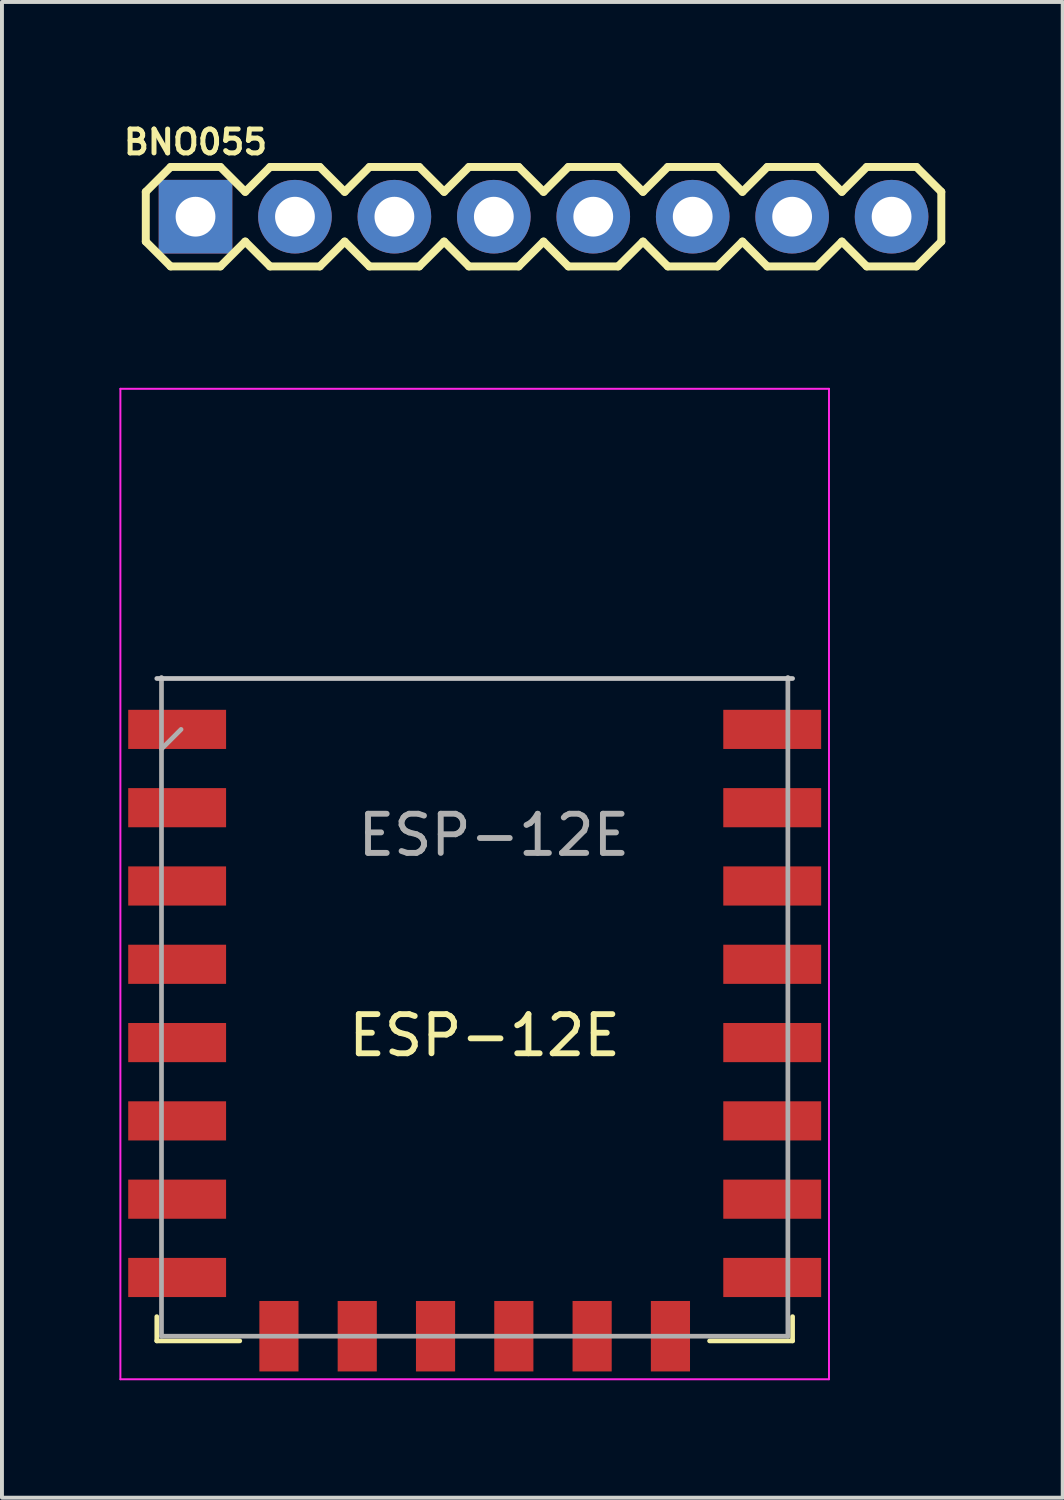
<source format=kicad_pcb>
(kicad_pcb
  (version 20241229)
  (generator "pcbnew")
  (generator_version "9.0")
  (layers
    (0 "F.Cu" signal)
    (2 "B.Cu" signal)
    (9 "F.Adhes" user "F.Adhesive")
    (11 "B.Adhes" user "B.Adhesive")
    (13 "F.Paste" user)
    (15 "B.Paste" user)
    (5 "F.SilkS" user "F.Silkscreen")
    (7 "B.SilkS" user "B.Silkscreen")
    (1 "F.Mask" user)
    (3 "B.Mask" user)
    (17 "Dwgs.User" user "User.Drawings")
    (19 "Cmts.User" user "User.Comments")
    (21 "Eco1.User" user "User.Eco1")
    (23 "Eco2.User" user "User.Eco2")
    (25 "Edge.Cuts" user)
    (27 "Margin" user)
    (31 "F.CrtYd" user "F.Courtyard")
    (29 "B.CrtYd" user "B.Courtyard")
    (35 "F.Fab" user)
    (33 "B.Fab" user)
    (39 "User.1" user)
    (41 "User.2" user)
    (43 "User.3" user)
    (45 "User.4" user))
  (footprint "BNO055"
    (layer "F.Cu")
    (at 1.944 2.485)
    (property "Reference" "BNO055" (at 0 -1.905 0) (layer "F.SilkS") (effects (font (size 0.61 0.61) (thickness 0.127))))
    (attr exclude_from_pos_files exclude_from_bom)
    (fp_line (start -1.27 -0.635) (end -1.27 0.635) (stroke (width 0.203) (type solid)) (layer "F.SilkS"))
    (fp_line (start -1.27 0.635) (end -0.635 1.27) (stroke (width 0.203) (type solid)) (layer "F.SilkS"))
    (fp_line (start -0.635 -1.27) (end -1.27 -0.635) (stroke (width 0.203) (type solid)) (layer "F.SilkS"))
    (fp_line (start -0.635 -1.27) (end 0.635 -1.27) (stroke (width 0.203) (type solid)) (layer "F.SilkS"))
    (fp_line (start 0.635 -1.27) (end 1.27 -0.635) (stroke (width 0.203) (type solid)) (layer "F.SilkS"))
    (fp_line (start 0.635 1.27) (end -0.635 1.27) (stroke (width 0.203) (type solid)) (layer "F.SilkS"))
    (fp_line (start 1.27 -0.635) (end 1.905 -1.27) (stroke (width 0.203) (type solid)) (layer "F.SilkS"))
    (fp_line (start 1.27 0.635) (end 0.635 1.27) (stroke (width 0.203) (type solid)) (layer "F.SilkS"))
    (fp_line (start 1.905 -1.27) (end 3.175 -1.27) (stroke (width 0.203) (type solid)) (layer "F.SilkS"))
    (fp_line (start 1.905 1.27) (end 1.27 0.635) (stroke (width 0.203) (type solid)) (layer "F.SilkS"))
    (fp_line (start 3.175 -1.27) (end 3.81 -0.635) (stroke (width 0.203) (type solid)) (layer "F.SilkS"))
    (fp_line (start 3.175 1.27) (end 1.905 1.27) (stroke (width 0.203) (type solid)) (layer "F.SilkS"))
    (fp_line (start 3.81 -0.635) (end 4.445 -1.27) (stroke (width 0.203) (type solid)) (layer "F.SilkS"))
    (fp_line (start 3.81 0.635) (end 3.175 1.27) (stroke (width 0.203) (type solid)) (layer "F.SilkS"))
    (fp_line (start 4.445 -1.27) (end 5.715 -1.27) (stroke (width 0.203) (type solid)) (layer "F.SilkS"))
    (fp_line (start 4.445 1.27) (end 3.81 0.635) (stroke (width 0.203) (type solid)) (layer "F.SilkS"))
    (fp_line (start 5.715 -1.27) (end 6.35 -0.635) (stroke (width 0.203) (type solid)) (layer "F.SilkS"))
    (fp_line (start 5.715 1.27) (end 4.445 1.27) (stroke (width 0.203) (type solid)) (layer "F.SilkS"))
    (fp_line (start 6.35 0.635) (end 5.715 1.27) (stroke (width 0.203) (type solid)) (layer "F.SilkS"))
    (fp_line (start 6.35 0.635) (end 6.985 1.27) (stroke (width 0.203) (type solid)) (layer "F.SilkS"))
    (fp_line (start 6.985 -1.27) (end 6.35 -0.635) (stroke (width 0.203) (type solid)) (layer "F.SilkS"))
    (fp_line (start 6.985 -1.27) (end 8.255 -1.27) (stroke (width 0.203) (type solid)) (layer "F.SilkS"))
    (fp_line (start 8.255 -1.27) (end 8.89 -0.635) (stroke (width 0.203) (type solid)) (layer "F.SilkS"))
    (fp_line (start 8.255 1.27) (end 6.985 1.27) (stroke (width 0.203) (type solid)) (layer "F.SilkS"))
    (fp_line (start 8.89 -0.635) (end 9.525 -1.27) (stroke (width 0.203) (type solid)) (layer "F.SilkS"))
    (fp_line (start 8.89 0.635) (end 8.255 1.27) (stroke (width 0.203) (type solid)) (layer "F.SilkS"))
    (fp_line (start 9.525 -1.27) (end 10.795 -1.27) (stroke (width 0.203) (type solid)) (layer "F.SilkS"))
    (fp_line (start 9.525 1.27) (end 8.89 0.635) (stroke (width 0.203) (type solid)) (layer "F.SilkS"))
    (fp_line (start 10.795 -1.27) (end 11.43 -0.635) (stroke (width 0.203) (type solid)) (layer "F.SilkS"))
    (fp_line (start 10.795 1.27) (end 9.525 1.27) (stroke (width 0.203) (type solid)) (layer "F.SilkS"))
    (fp_line (start 11.43 -0.635) (end 12.065 -1.27) (stroke (width 0.203) (type solid)) (layer "F.SilkS"))
    (fp_line (start 11.43 0.635) (end 10.795 1.27) (stroke (width 0.203) (type solid)) (layer "F.SilkS"))
    (fp_line (start 12.065 -1.27) (end 13.335 -1.27) (stroke (width 0.203) (type solid)) (layer "F.SilkS"))
    (fp_line (start 12.065 1.27) (end 11.43 0.635) (stroke (width 0.203) (type solid)) (layer "F.SilkS"))
    (fp_line (start 13.335 -1.27) (end 13.97 -0.635) (stroke (width 0.203) (type solid)) (layer "F.SilkS"))
    (fp_line (start 13.335 1.27) (end 12.065 1.27) (stroke (width 0.203) (type solid)) (layer "F.SilkS"))
    (fp_line (start 13.97 0.635) (end 13.335 1.27) (stroke (width 0.203) (type solid)) (layer "F.SilkS"))
    (fp_line (start 13.97 0.635) (end 14.605 1.27) (stroke (width 0.203) (type solid)) (layer "F.SilkS"))
    (fp_line (start 14.605 -1.27) (end 13.97 -0.635) (stroke (width 0.203) (type solid)) (layer "F.SilkS"))
    (fp_line (start 14.605 -1.27) (end 15.875 -1.27) (stroke (width 0.203) (type solid)) (layer "F.SilkS"))
    (fp_line (start 15.875 -1.27) (end 16.51 -0.635) (stroke (width 0.203) (type solid)) (layer "F.SilkS"))
    (fp_line (start 15.875 1.27) (end 14.605 1.27) (stroke (width 0.203) (type solid)) (layer "F.SilkS"))
    (fp_line (start 16.51 0.635) (end 15.875 1.27) (stroke (width 0.203) (type solid)) (layer "F.SilkS"))
    (fp_line (start 16.51 0.635) (end 17.145 1.27) (stroke (width 0.203) (type solid)) (layer "F.SilkS"))
    (fp_line (start 17.145 -1.27) (end 16.51 -0.635) (stroke (width 0.203) (type solid)) (layer "F.SilkS"))
    (fp_line (start 17.145 -1.27) (end 18.415 -1.27) (stroke (width 0.203) (type solid)) (layer "F.SilkS"))
    (fp_line (start 18.415 -1.27) (end 19.05 -0.635) (stroke (width 0.203) (type solid)) (layer "F.SilkS"))
    (fp_line (start 18.415 1.27) (end 17.145 1.27) (stroke (width 0.203) (type solid)) (layer "F.SilkS"))
    (fp_line (start 19.05 -0.635) (end 19.05 0.635) (stroke (width 0.203) (type solid)) (layer "F.SilkS"))
    (fp_line (start 19.05 0.635) (end 18.415 1.27) (stroke (width 0.203) (type solid)) (layer "F.SilkS"))
    (pad "1" thru_hole rect (at 0 0) (size 1.88 1.88) (drill 1.016) (layers "*.Cu" "*.Mask"))
    (pad "2" thru_hole circle (at 2.54 0) (size 1.88 1.88) (drill 1.016) (layers "*.Cu" "*.Mask"))
    (pad "3" thru_hole circle (at 5.08 0) (size 1.88 1.88) (drill 1.016) (layers "*.Cu" "*.Mask"))
    (pad "4" thru_hole circle (at 7.62 0) (size 1.88 1.88) (drill 1.016) (layers "*.Cu" "*.Mask"))
    (pad "5" thru_hole circle (at 10.16 0) (size 1.88 1.88) (drill 1.016) (layers "*.Cu" "*.Mask"))
    (pad "6" thru_hole circle (at 12.7 0) (size 1.88 1.88) (drill 1.016) (layers "*.Cu" "*.Mask"))
    (pad "7" thru_hole circle (at 15.24 0) (size 1.88 1.88) (drill 1.016) (layers "*.Cu" "*.Mask"))
    (pad "8" thru_hole circle (at 17.78 0) (size 1.88 1.88) (drill 1.016) (layers "*.Cu" "*.Mask")))
  (footprint "ESP-12E"
    (layer "F.Cu")
    (at 9.075 19.081)
    (property "Reference" "ESP-12E" (at 0.254 4.318 0) (layer "F.SilkS") (effects (font (size 1 1) (thickness 0.15))))
    (attr smd)
    (fp_line (start -8.12 12.12) (end -8.12 11.5) (stroke (width 0.12) (type solid)) (layer "F.SilkS"))
    (fp_line (start -6 12.12) (end -8.12 12.12) (stroke (width 0.12) (type solid)) (layer "F.SilkS"))
    (fp_line (start 8.12 11.5) (end 8.12 12.12) (stroke (width 0.12) (type solid)) (layer "F.SilkS"))
    (fp_line (start 8.12 12.12) (end 6 12.12) (stroke (width 0.12) (type solid)) (layer "F.SilkS"))
    (fp_line (start 8.12 -4.8) (end -8.12 -4.8) (stroke (width 0.12) (type solid)) (layer "Dwgs.User"))
    (fp_line (start -9.05 -12.2) (end 9.05 -12.2) (stroke (width 0.05) (type solid)) (layer "F.CrtYd"))
    (fp_line (start -9.05 13.1) (end -9.05 -12.2) (stroke (width 0.05) (type solid)) (layer "F.CrtYd"))
    (fp_line (start 9.05 -12.2) (end 9.05 13.1) (stroke (width 0.05) (type solid)) (layer "F.CrtYd"))
    (fp_line (start 9.05 13.1) (end -9.05 13.1) (stroke (width 0.05) (type solid)) (layer "F.CrtYd"))
    (fp_line (start -8 -3) (end -7.5 -3.5) (stroke (width 0.12) (type solid)) (layer "F.Fab"))
    (fp_line (start -8 12) (end -8 -4.826) (stroke (width 0.12) (type solid)) (layer "F.Fab"))
    (fp_line (start 8 -4.826) (end 8 12) (stroke (width 0.12) (type solid)) (layer "F.Fab"))
    (fp_line (start 8 12) (end -8 12) (stroke (width 0.12) (type solid)) (layer "F.Fab"))
    (fp_text user "${REFERENCE}" (at 0.49 -0.8 0) (layer "F.Fab") (effects (font (size 1 1) (thickness 0.15))))
    (pad "1" smd rect (at -7.6 -3.5) (size 2.5 1) (layers "F.Cu" "F.Mask" "F.Paste"))
    (pad "2" smd rect (at -7.6 -1.5) (size 2.5 1) (layers "F.Cu" "F.Mask" "F.Paste"))
    (pad "3" smd rect (at -7.6 0.5) (size 2.5 1) (layers "F.Cu" "F.Mask" "F.Paste"))
    (pad "4" smd rect (at -7.6 2.5) (size 2.5 1) (layers "F.Cu" "F.Mask" "F.Paste"))
    (pad "5" smd rect (at -7.6 4.5) (size 2.5 1) (layers "F.Cu" "F.Mask" "F.Paste"))
    (pad "6" smd rect (at -7.6 6.5) (size 2.5 1) (layers "F.Cu" "F.Mask" "F.Paste"))
    (pad "7" smd rect (at -7.6 8.5) (size 2.5 1) (layers "F.Cu" "F.Mask" "F.Paste"))
    (pad "8" smd rect (at -7.6 10.5) (size 2.5 1) (layers "F.Cu" "F.Mask" "F.Paste"))
    (pad "9" smd rect (at -5 12) (size 1 1.8) (layers "F.Cu" "F.Mask" "F.Paste"))
    (pad "10" smd rect (at -3 12) (size 1 1.8) (layers "F.Cu" "F.Mask" "F.Paste"))
    (pad "11" smd rect (at -1 12) (size 1 1.8) (layers "F.Cu" "F.Mask" "F.Paste"))
    (pad "12" smd rect (at 1 12) (size 1 1.8) (layers "F.Cu" "F.Mask" "F.Paste"))
    (pad "13" smd rect (at 3 12) (size 1 1.8) (layers "F.Cu" "F.Mask" "F.Paste"))
    (pad "14" smd rect (at 5 12) (size 1 1.8) (layers "F.Cu" "F.Mask" "F.Paste"))
    (pad "15" smd rect (at 7.6 10.5) (size 2.5 1) (layers "F.Cu" "F.Mask" "F.Paste"))
    (pad "16" smd rect (at 7.6 8.5) (size 2.5 1) (layers "F.Cu" "F.Mask" "F.Paste"))
    (pad "17" smd rect (at 7.6 6.5) (size 2.5 1) (layers "F.Cu" "F.Mask" "F.Paste"))
    (pad "18" smd rect (at 7.6 4.5) (size 2.5 1) (layers "F.Cu" "F.Mask" "F.Paste"))
    (pad "19" smd rect (at 7.6 2.5) (size 2.5 1) (layers "F.Cu" "F.Mask" "F.Paste"))
    (pad "20" smd rect (at 7.6 0.5) (size 2.5 1) (layers "F.Cu" "F.Mask" "F.Paste"))
    (pad "21" smd rect (at 7.6 -1.5) (size 2.5 1) (layers "F.Cu" "F.Mask" "F.Paste"))
    (pad "22" smd rect (at 7.6 -3.5) (size 2.5 1) (layers "F.Cu" "F.Mask" "F.Paste")))
  (gr_rect
    (start -3 -3)
    (end 24.095 35.206)
    (stroke (width 0.1) (type default))
    (fill no)
    (layer "Edge.Cuts")))
</source>
